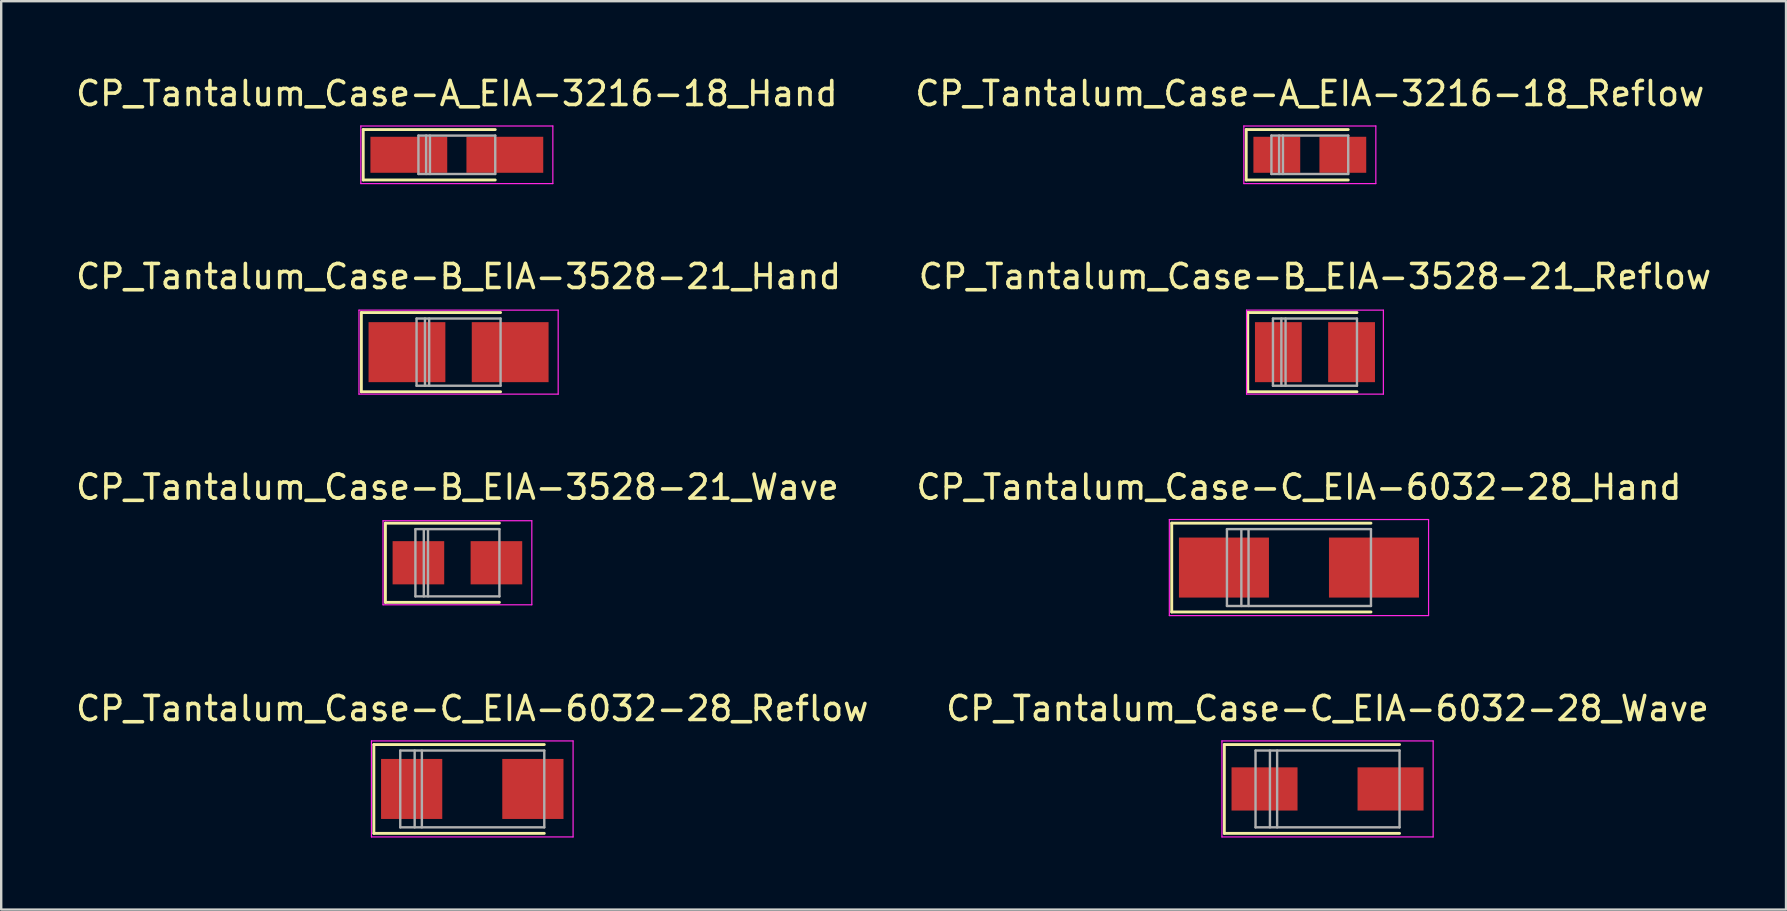
<source format=kicad_pcb>
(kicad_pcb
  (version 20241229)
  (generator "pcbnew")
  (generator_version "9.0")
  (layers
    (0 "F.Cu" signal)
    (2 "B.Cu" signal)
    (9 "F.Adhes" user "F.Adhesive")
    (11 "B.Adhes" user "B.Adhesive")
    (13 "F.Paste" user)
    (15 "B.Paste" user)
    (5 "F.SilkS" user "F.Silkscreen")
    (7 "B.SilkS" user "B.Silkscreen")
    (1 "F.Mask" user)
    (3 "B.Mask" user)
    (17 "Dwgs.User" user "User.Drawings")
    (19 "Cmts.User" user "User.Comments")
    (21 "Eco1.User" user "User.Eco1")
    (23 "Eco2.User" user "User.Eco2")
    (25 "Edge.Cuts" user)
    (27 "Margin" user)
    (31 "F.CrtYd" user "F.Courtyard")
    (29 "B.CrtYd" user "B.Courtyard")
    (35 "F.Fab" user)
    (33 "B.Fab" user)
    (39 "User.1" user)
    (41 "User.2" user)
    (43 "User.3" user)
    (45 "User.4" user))
  (footprint "CP_Tantalum_Case-A_EIA-3216-18_Reflow"
    (layer "F.Cu")
    (at 51.518 3.398)
    (property "Reference" "CP_Tantalum_Case-A_EIA-3216-18_Reflow" (at 0 -2.55 0) (layer "F.SilkS") (effects (font (size 1 1) (thickness 0.15))))
    (attr smd)
    (fp_line (start -2.65 -1.05) (end -2.65 1.05) (stroke (width 0.12) (type solid)) (layer "F.SilkS"))
    (fp_line (start -2.65 -1.05) (end 1.6 -1.05) (stroke (width 0.12) (type solid)) (layer "F.SilkS"))
    (fp_line (start -2.65 1.05) (end 1.6 1.05) (stroke (width 0.12) (type solid)) (layer "F.SilkS"))
    (fp_line (start -2.75 -1.2) (end -2.75 1.2) (stroke (width 0.05) (type solid)) (layer "F.CrtYd"))
    (fp_line (start -2.75 1.2) (end 2.75 1.2) (stroke (width 0.05) (type solid)) (layer "F.CrtYd"))
    (fp_line (start 2.75 -1.2) (end -2.75 -1.2) (stroke (width 0.05) (type solid)) (layer "F.CrtYd"))
    (fp_line (start 2.75 1.2) (end 2.75 -1.2) (stroke (width 0.05) (type solid)) (layer "F.CrtYd"))
    (fp_line (start -1.6 -0.8) (end -1.6 0.8) (stroke (width 0.1) (type solid)) (layer "F.Fab"))
    (fp_line (start -1.6 0.8) (end 1.6 0.8) (stroke (width 0.1) (type solid)) (layer "F.Fab"))
    (fp_line (start -1.28 -0.8) (end -1.28 0.8) (stroke (width 0.1) (type solid)) (layer "F.Fab"))
    (fp_line (start -1.12 -0.8) (end -1.12 0.8) (stroke (width 0.1) (type solid)) (layer "F.Fab"))
    (fp_line (start 1.6 -0.8) (end -1.6 -0.8) (stroke (width 0.1) (type solid)) (layer "F.Fab"))
    (fp_line (start 1.6 0.8) (end 1.6 -0.8) (stroke (width 0.1) (type solid)) (layer "F.Fab"))
    (pad "1" smd rect (at -1.375 0) (size 1.95 1.5) (layers "F.Cu" "F.Mask" "F.Paste"))
    (pad "2" smd rect (at 1.375 0) (size 1.95 1.5) (layers "F.Cu" "F.Mask" "F.Paste")))
  (footprint "CP_Tantalum_Case-C_EIA-6032-28_Hand"
    (layer "F.Cu")
    (at 51.065 20.595)
    (property "Reference" "CP_Tantalum_Case-C_EIA-6032-28_Hand" (at 0 -3.35 0) (layer "F.SilkS") (effects (font (size 1 1) (thickness 0.15))))
    (attr smd)
    (fp_line (start -5.3 -1.85) (end -5.3 1.85) (stroke (width 0.12) (type solid)) (layer "F.SilkS"))
    (fp_line (start -5.3 -1.85) (end 3 -1.85) (stroke (width 0.12) (type solid)) (layer "F.SilkS"))
    (fp_line (start -5.3 1.85) (end 3 1.85) (stroke (width 0.12) (type solid)) (layer "F.SilkS"))
    (fp_line (start -5.4 -2) (end -5.4 2) (stroke (width 0.05) (type solid)) (layer "F.CrtYd"))
    (fp_line (start -5.4 2) (end 5.4 2) (stroke (width 0.05) (type solid)) (layer "F.CrtYd"))
    (fp_line (start 5.4 -2) (end -5.4 -2) (stroke (width 0.05) (type solid)) (layer "F.CrtYd"))
    (fp_line (start 5.4 2) (end 5.4 -2) (stroke (width 0.05) (type solid)) (layer "F.CrtYd"))
    (fp_line (start -3 -1.6) (end -3 1.6) (stroke (width 0.1) (type solid)) (layer "F.Fab"))
    (fp_line (start -3 1.6) (end 3 1.6) (stroke (width 0.1) (type solid)) (layer "F.Fab"))
    (fp_line (start -2.4 -1.6) (end -2.4 1.6) (stroke (width 0.1) (type solid)) (layer "F.Fab"))
    (fp_line (start -2.1 -1.6) (end -2.1 1.6) (stroke (width 0.1) (type solid)) (layer "F.Fab"))
    (fp_line (start 3 -1.6) (end -3 -1.6) (stroke (width 0.1) (type solid)) (layer "F.Fab"))
    (fp_line (start 3 1.6) (end 3 -1.6) (stroke (width 0.1) (type solid)) (layer "F.Fab"))
    (pad "1" smd rect (at -3.125 0) (size 3.75 2.5) (layers "F.Cu" "F.Mask" "F.Paste"))
    (pad "2" smd rect (at 3.125 0) (size 3.75 2.5) (layers "F.Cu" "F.Mask" "F.Paste")))
  (footprint "CP_Tantalum_Case-B_EIA-3528-21_Wave"
    (layer "F.Cu")
    (at 16.006 20.395)
    (property "Reference" "CP_Tantalum_Case-B_EIA-3528-21_Wave" (at 0 -3.15 0) (layer "F.SilkS") (effects (font (size 1 1) (thickness 0.15))))
    (attr smd)
    (fp_line (start -3 -1.65) (end -3 1.65) (stroke (width 0.12) (type solid)) (layer "F.SilkS"))
    (fp_line (start -3 -1.65) (end 1.75 -1.65) (stroke (width 0.12) (type solid)) (layer "F.SilkS"))
    (fp_line (start -3 1.65) (end 1.75 1.65) (stroke (width 0.12) (type solid)) (layer "F.SilkS"))
    (fp_line (start -3.1 -1.75) (end -3.1 1.75) (stroke (width 0.05) (type solid)) (layer "F.CrtYd"))
    (fp_line (start -3.1 1.75) (end 3.1 1.75) (stroke (width 0.05) (type solid)) (layer "F.CrtYd"))
    (fp_line (start 3.1 -1.75) (end -3.1 -1.75) (stroke (width 0.05) (type solid)) (layer "F.CrtYd"))
    (fp_line (start 3.1 1.75) (end 3.1 -1.75) (stroke (width 0.05) (type solid)) (layer "F.CrtYd"))
    (fp_line (start -1.75 -1.4) (end -1.75 1.4) (stroke (width 0.1) (type solid)) (layer "F.Fab"))
    (fp_line (start -1.75 1.4) (end 1.75 1.4) (stroke (width 0.1) (type solid)) (layer "F.Fab"))
    (fp_line (start -1.4 -1.4) (end -1.4 1.4) (stroke (width 0.1) (type solid)) (layer "F.Fab"))
    (fp_line (start -1.225 -1.4) (end -1.225 1.4) (stroke (width 0.1) (type solid)) (layer "F.Fab"))
    (fp_line (start 1.75 -1.4) (end -1.75 -1.4) (stroke (width 0.1) (type solid)) (layer "F.Fab"))
    (fp_line (start 1.75 1.4) (end 1.75 -1.4) (stroke (width 0.1) (type solid)) (layer "F.Fab"))
    (pad "1" smd rect (at -1.625 0) (size 2.15 1.8) (layers "F.Cu" "F.Mask" "F.Paste"))
    (pad "2" smd rect (at 1.625 0) (size 2.15 1.8) (layers "F.Cu" "F.Mask" "F.Paste")))
  (footprint "CP_Tantalum_Case-A_EIA-3216-18_Hand"
    (layer "F.Cu")
    (at 15.982 3.398)
    (property "Reference" "CP_Tantalum_Case-A_EIA-3216-18_Hand" (at 0 -2.55 0) (layer "F.SilkS") (effects (font (size 1 1) (thickness 0.15))))
    (attr smd)
    (fp_line (start -3.9 -1.05) (end -3.9 1.05) (stroke (width 0.12) (type solid)) (layer "F.SilkS"))
    (fp_line (start -3.9 -1.05) (end 1.6 -1.05) (stroke (width 0.12) (type solid)) (layer "F.SilkS"))
    (fp_line (start -3.9 1.05) (end 1.6 1.05) (stroke (width 0.12) (type solid)) (layer "F.SilkS"))
    (fp_line (start -4 -1.2) (end -4 1.2) (stroke (width 0.05) (type solid)) (layer "F.CrtYd"))
    (fp_line (start -4 1.2) (end 4 1.2) (stroke (width 0.05) (type solid)) (layer "F.CrtYd"))
    (fp_line (start 4 -1.2) (end -4 -1.2) (stroke (width 0.05) (type solid)) (layer "F.CrtYd"))
    (fp_line (start 4 1.2) (end 4 -1.2) (stroke (width 0.05) (type solid)) (layer "F.CrtYd"))
    (fp_line (start -1.6 -0.8) (end -1.6 0.8) (stroke (width 0.1) (type solid)) (layer "F.Fab"))
    (fp_line (start -1.6 0.8) (end 1.6 0.8) (stroke (width 0.1) (type solid)) (layer "F.Fab"))
    (fp_line (start -1.28 -0.8) (end -1.28 0.8) (stroke (width 0.1) (type solid)) (layer "F.Fab"))
    (fp_line (start -1.12 -0.8) (end -1.12 0.8) (stroke (width 0.1) (type solid)) (layer "F.Fab"))
    (fp_line (start 1.6 -0.8) (end -1.6 -0.8) (stroke (width 0.1) (type solid)) (layer "F.Fab"))
    (fp_line (start 1.6 0.8) (end 1.6 -0.8) (stroke (width 0.1) (type solid)) (layer "F.Fab"))
    (pad "1" smd rect (at -2 0) (size 3.2 1.5) (layers "F.Cu" "F.Mask" "F.Paste"))
    (pad "2" smd rect (at 2 0) (size 3.2 1.5) (layers "F.Cu" "F.Mask" "F.Paste")))
  (footprint "CP_Tantalum_Case-C_EIA-6032-28_Wave"
    (layer "F.Cu")
    (at 52.256 29.818)
    (property "Reference" "CP_Tantalum_Case-C_EIA-6032-28_Wave" (at 0 -3.35 0) (layer "F.SilkS") (effects (font (size 1 1) (thickness 0.15))))
    (attr smd)
    (fp_line (start -4.3 -1.85) (end -4.3 1.85) (stroke (width 0.12) (type solid)) (layer "F.SilkS"))
    (fp_line (start -4.3 -1.85) (end 3 -1.85) (stroke (width 0.12) (type solid)) (layer "F.SilkS"))
    (fp_line (start -4.3 1.85) (end 3 1.85) (stroke (width 0.12) (type solid)) (layer "F.SilkS"))
    (fp_line (start -4.4 -2) (end -4.4 2) (stroke (width 0.05) (type solid)) (layer "F.CrtYd"))
    (fp_line (start -4.4 2) (end 4.4 2) (stroke (width 0.05) (type solid)) (layer "F.CrtYd"))
    (fp_line (start 4.4 -2) (end -4.4 -2) (stroke (width 0.05) (type solid)) (layer "F.CrtYd"))
    (fp_line (start 4.4 2) (end 4.4 -2) (stroke (width 0.05) (type solid)) (layer "F.CrtYd"))
    (fp_line (start -3 -1.6) (end -3 1.6) (stroke (width 0.1) (type solid)) (layer "F.Fab"))
    (fp_line (start -3 1.6) (end 3 1.6) (stroke (width 0.1) (type solid)) (layer "F.Fab"))
    (fp_line (start -2.4 -1.6) (end -2.4 1.6) (stroke (width 0.1) (type solid)) (layer "F.Fab"))
    (fp_line (start -2.1 -1.6) (end -2.1 1.6) (stroke (width 0.1) (type solid)) (layer "F.Fab"))
    (fp_line (start 3 -1.6) (end -3 -1.6) (stroke (width 0.1) (type solid)) (layer "F.Fab"))
    (fp_line (start 3 1.6) (end 3 -1.6) (stroke (width 0.1) (type solid)) (layer "F.Fab"))
    (pad "1" smd rect (at -2.625 0) (size 2.75 1.8) (layers "F.Cu" "F.Mask" "F.Paste"))
    (pad "2" smd rect (at 2.625 0) (size 2.75 1.8) (layers "F.Cu" "F.Mask" "F.Paste")))
  (footprint "CP_Tantalum_Case-C_EIA-6032-28_Reflow"
    (layer "F.Cu")
    (at 16.625 29.818)
    (property "Reference" "CP_Tantalum_Case-C_EIA-6032-28_Reflow" (at 0 -3.35 0) (layer "F.SilkS") (effects (font (size 1 1) (thickness 0.15))))
    (attr smd)
    (fp_line (start -4.1 -1.85) (end -4.1 1.85) (stroke (width 0.12) (type solid)) (layer "F.SilkS"))
    (fp_line (start -4.1 -1.85) (end 3 -1.85) (stroke (width 0.12) (type solid)) (layer "F.SilkS"))
    (fp_line (start -4.1 1.85) (end 3 1.85) (stroke (width 0.12) (type solid)) (layer "F.SilkS"))
    (fp_line (start -4.2 -2) (end -4.2 2) (stroke (width 0.05) (type solid)) (layer "F.CrtYd"))
    (fp_line (start -4.2 2) (end 4.2 2) (stroke (width 0.05) (type solid)) (layer "F.CrtYd"))
    (fp_line (start 4.2 -2) (end -4.2 -2) (stroke (width 0.05) (type solid)) (layer "F.CrtYd"))
    (fp_line (start 4.2 2) (end 4.2 -2) (stroke (width 0.05) (type solid)) (layer "F.CrtYd"))
    (fp_line (start -3 -1.6) (end -3 1.6) (stroke (width 0.1) (type solid)) (layer "F.Fab"))
    (fp_line (start -3 1.6) (end 3 1.6) (stroke (width 0.1) (type solid)) (layer "F.Fab"))
    (fp_line (start -2.4 -1.6) (end -2.4 1.6) (stroke (width 0.1) (type solid)) (layer "F.Fab"))
    (fp_line (start -2.1 -1.6) (end -2.1 1.6) (stroke (width 0.1) (type solid)) (layer "F.Fab"))
    (fp_line (start 3 -1.6) (end -3 -1.6) (stroke (width 0.1) (type solid)) (layer "F.Fab"))
    (fp_line (start 3 1.6) (end 3 -1.6) (stroke (width 0.1) (type solid)) (layer "F.Fab"))
    (pad "1" smd rect (at -2.525 0) (size 2.55 2.5) (layers "F.Cu" "F.Mask" "F.Paste"))
    (pad "2" smd rect (at 2.525 0) (size 2.55 2.5) (layers "F.Cu" "F.Mask" "F.Paste")))
  (footprint "CP_Tantalum_Case-B_EIA-3528-21_Reflow"
    (layer "F.Cu")
    (at 51.732 11.621)
    (property "Reference" "CP_Tantalum_Case-B_EIA-3528-21_Reflow" (at 0 -3.15 0) (layer "F.SilkS") (effects (font (size 1 1) (thickness 0.15))))
    (attr smd)
    (fp_line (start -2.8 -1.65) (end -2.8 1.65) (stroke (width 0.12) (type solid)) (layer "F.SilkS"))
    (fp_line (start -2.8 -1.65) (end 1.75 -1.65) (stroke (width 0.12) (type solid)) (layer "F.SilkS"))
    (fp_line (start -2.8 1.65) (end 1.75 1.65) (stroke (width 0.12) (type solid)) (layer "F.SilkS"))
    (fp_line (start -2.85 -1.75) (end -2.85 1.75) (stroke (width 0.05) (type solid)) (layer "F.CrtYd"))
    (fp_line (start -2.85 1.75) (end 2.85 1.75) (stroke (width 0.05) (type solid)) (layer "F.CrtYd"))
    (fp_line (start 2.85 -1.75) (end -2.85 -1.75) (stroke (width 0.05) (type solid)) (layer "F.CrtYd"))
    (fp_line (start 2.85 1.75) (end 2.85 -1.75) (stroke (width 0.05) (type solid)) (layer "F.CrtYd"))
    (fp_line (start -1.75 -1.4) (end -1.75 1.4) (stroke (width 0.1) (type solid)) (layer "F.Fab"))
    (fp_line (start -1.75 1.4) (end 1.75 1.4) (stroke (width 0.1) (type solid)) (layer "F.Fab"))
    (fp_line (start -1.4 -1.4) (end -1.4 1.4) (stroke (width 0.1) (type solid)) (layer "F.Fab"))
    (fp_line (start -1.225 -1.4) (end -1.225 1.4) (stroke (width 0.1) (type solid)) (layer "F.Fab"))
    (fp_line (start 1.75 -1.4) (end -1.75 -1.4) (stroke (width 0.1) (type solid)) (layer "F.Fab"))
    (fp_line (start 1.75 1.4) (end 1.75 -1.4) (stroke (width 0.1) (type solid)) (layer "F.Fab"))
    (pad "1" smd rect (at -1.525 0) (size 1.95 2.5) (layers "F.Cu" "F.Mask" "F.Paste"))
    (pad "2" smd rect (at 1.525 0) (size 1.95 2.5) (layers "F.Cu" "F.Mask" "F.Paste")))
  (footprint "CP_Tantalum_Case-B_EIA-3528-21_Hand"
    (layer "F.Cu")
    (at 16.054 11.621)
    (property "Reference" "CP_Tantalum_Case-B_EIA-3528-21_Hand" (at 0 -3.15 0) (layer "F.SilkS") (effects (font (size 1 1) (thickness 0.15))))
    (attr smd)
    (fp_line (start -4.05 -1.65) (end -4.05 1.65) (stroke (width 0.12) (type solid)) (layer "F.SilkS"))
    (fp_line (start -4.05 -1.65) (end 1.75 -1.65) (stroke (width 0.12) (type solid)) (layer "F.SilkS"))
    (fp_line (start -4.05 1.65) (end 1.75 1.65) (stroke (width 0.12) (type solid)) (layer "F.SilkS"))
    (fp_line (start -4.15 -1.75) (end -4.15 1.75) (stroke (width 0.05) (type solid)) (layer "F.CrtYd"))
    (fp_line (start -4.15 1.75) (end 4.15 1.75) (stroke (width 0.05) (type solid)) (layer "F.CrtYd"))
    (fp_line (start 4.15 -1.75) (end -4.15 -1.75) (stroke (width 0.05) (type solid)) (layer "F.CrtYd"))
    (fp_line (start 4.15 1.75) (end 4.15 -1.75) (stroke (width 0.05) (type solid)) (layer "F.CrtYd"))
    (fp_line (start -1.75 -1.4) (end -1.75 1.4) (stroke (width 0.1) (type solid)) (layer "F.Fab"))
    (fp_line (start -1.75 1.4) (end 1.75 1.4) (stroke (width 0.1) (type solid)) (layer "F.Fab"))
    (fp_line (start -1.4 -1.4) (end -1.4 1.4) (stroke (width 0.1) (type solid)) (layer "F.Fab"))
    (fp_line (start -1.225 -1.4) (end -1.225 1.4) (stroke (width 0.1) (type solid)) (layer "F.Fab"))
    (fp_line (start 1.75 -1.4) (end -1.75 -1.4) (stroke (width 0.1) (type solid)) (layer "F.Fab"))
    (fp_line (start 1.75 1.4) (end 1.75 -1.4) (stroke (width 0.1) (type solid)) (layer "F.Fab"))
    (pad "1" smd rect (at -2.15 0) (size 3.2 2.5) (layers "F.Cu" "F.Mask" "F.Paste"))
    (pad "2" smd rect (at 2.15 0) (size 3.2 2.5) (layers "F.Cu" "F.Mask" "F.Paste")))
  (gr_rect
    (start -3 -3)
    (end 71.357 34.843)
    (stroke (width 0.1) (type default))
    (fill no)
    (layer "Edge.Cuts")))
</source>
